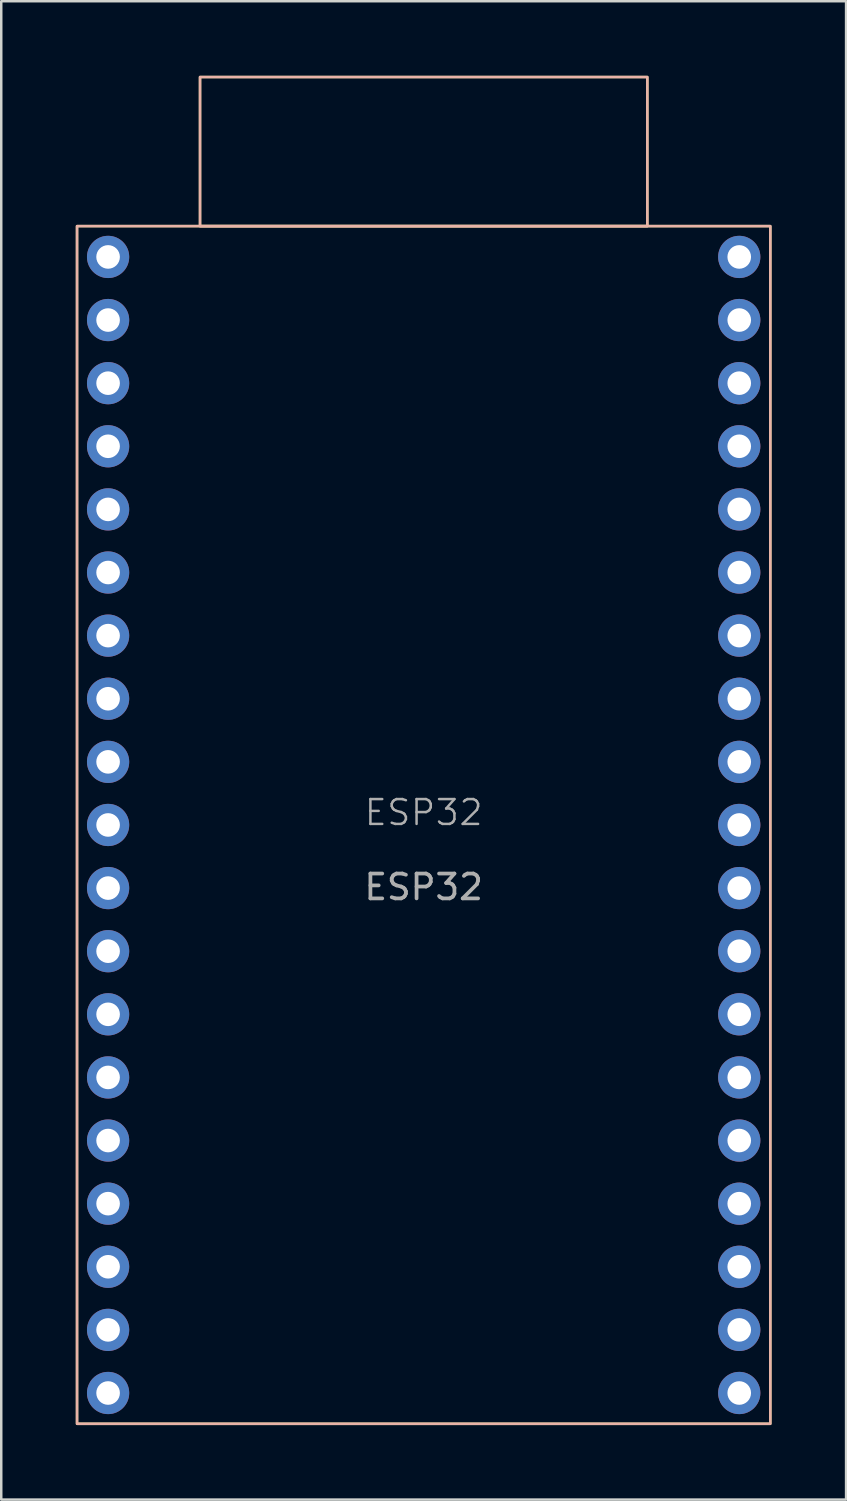
<source format=kicad_pcb>
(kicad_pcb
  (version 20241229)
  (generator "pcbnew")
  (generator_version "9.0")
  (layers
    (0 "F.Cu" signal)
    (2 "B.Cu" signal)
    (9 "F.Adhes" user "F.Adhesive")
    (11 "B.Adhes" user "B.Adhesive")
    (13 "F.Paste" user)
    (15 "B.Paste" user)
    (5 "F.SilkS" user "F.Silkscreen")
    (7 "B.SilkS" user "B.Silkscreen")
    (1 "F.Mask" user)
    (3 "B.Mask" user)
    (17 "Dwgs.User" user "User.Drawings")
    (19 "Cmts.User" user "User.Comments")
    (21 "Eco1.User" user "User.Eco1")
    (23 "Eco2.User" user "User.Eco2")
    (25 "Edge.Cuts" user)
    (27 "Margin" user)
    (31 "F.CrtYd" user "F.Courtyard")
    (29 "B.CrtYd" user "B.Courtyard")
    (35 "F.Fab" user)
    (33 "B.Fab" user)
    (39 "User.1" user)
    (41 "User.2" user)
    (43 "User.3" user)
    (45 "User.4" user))
  (footprint "ESP32"
    (layer "F.Cu")
    (at 14 30.15)
    (property "Reference" "ESP32" (at 0 -0.5 0) (unlocked yes) (layer "F.Fab") (effects (font (size 1 1) (thickness 0.1))))
    (attr through_hole)
    (fp_rect (start -13.95 -24.1) (end 13.95 24.1) (stroke (width 0.1) (type default)) (fill no) (layer "F.SilkS"))
    (fp_rect (start -9 -30.1) (end 9 -24.1) (stroke (width 0.1) (type default)) (fill no) (layer "F.SilkS"))
    (fp_rect (start -13.95 -24.1) (end 13.95 24.1) (stroke (width 0.1) (type default)) (fill no) (layer "B.SilkS"))
    (fp_rect (start -9 -30.1) (end 9 -24.1) (stroke (width 0.1) (type default)) (fill no) (layer "B.SilkS"))
    (fp_text user "${REFERENCE}" (at 0 2.5 0) (unlocked yes) (layer "F.Fab") (effects (font (size 1 1) (thickness 0.15))))
    (pad "1" thru_hole circle (at -12.7 -22.86) (size 1.7 1.7) (drill 0.95) (layers "*.Cu" "*.Mask"))
    (pad "2" thru_hole circle (at -12.7 -20.32) (size 1.7 1.7) (drill 0.95) (layers "*.Cu" "*.Mask"))
    (pad "3" thru_hole circle (at -12.7 -17.78) (size 1.7 1.7) (drill 0.95) (layers "*.Cu" "*.Mask"))
    (pad "4" thru_hole circle (at -12.7 -15.24) (size 1.7 1.7) (drill 0.95) (layers "*.Cu" "*.Mask"))
    (pad "5" thru_hole circle (at -12.7 -12.7) (size 1.7 1.7) (drill 0.95) (layers "*.Cu" "*.Mask"))
    (pad "6" thru_hole circle (at -12.7 -10.16) (size 1.7 1.7) (drill 0.95) (layers "*.Cu" "*.Mask"))
    (pad "7" thru_hole circle (at -12.7 -7.62) (size 1.7 1.7) (drill 0.95) (layers "*.Cu" "*.Mask"))
    (pad "8" thru_hole circle (at -12.7 -5.08) (size 1.7 1.7) (drill 0.95) (layers "*.Cu" "*.Mask"))
    (pad "9" thru_hole circle (at -12.7 -2.54) (size 1.7 1.7) (drill 0.95) (layers "*.Cu" "*.Mask"))
    (pad "10" thru_hole circle (at -12.7 0) (size 1.7 1.7) (drill 0.95) (layers "*.Cu" "*.Mask"))
    (pad "11" thru_hole circle (at -12.7 2.54) (size 1.7 1.7) (drill 0.95) (layers "*.Cu" "*.Mask"))
    (pad "12" thru_hole circle (at -12.7 5.08) (size 1.7 1.7) (drill 0.95) (layers "*.Cu" "*.Mask"))
    (pad "13" thru_hole circle (at -12.7 7.62) (size 1.7 1.7) (drill 0.95) (layers "*.Cu" "*.Mask"))
    (pad "14" thru_hole circle (at -12.7 10.16) (size 1.7 1.7) (drill 0.95) (layers "*.Cu" "*.Mask"))
    (pad "15" thru_hole circle (at -12.7 12.7) (size 1.7 1.7) (drill 0.95) (layers "*.Cu" "*.Mask"))
    (pad "16" thru_hole circle (at -12.7 15.24) (size 1.7 1.7) (drill 0.95) (layers "*.Cu" "*.Mask"))
    (pad "17" thru_hole circle (at -12.7 17.78) (size 1.7 1.7) (drill 0.95) (layers "*.Cu" "*.Mask"))
    (pad "18" thru_hole circle (at -12.7 20.32) (size 1.7 1.7) (drill 0.95) (layers "*.Cu" "*.Mask"))
    (pad "19" thru_hole circle (at -12.7 22.86) (size 1.7 1.7) (drill 0.95) (layers "*.Cu" "*.Mask"))
    (pad "20" thru_hole circle (at 12.7 22.86) (size 1.7 1.7) (drill 0.95) (layers "*.Cu" "*.Mask"))
    (pad "21" thru_hole circle (at 12.7 20.32) (size 1.7 1.7) (drill 0.95) (layers "*.Cu" "*.Mask"))
    (pad "22" thru_hole circle (at 12.7 17.78) (size 1.7 1.7) (drill 0.95) (layers "*.Cu" "*.Mask"))
    (pad "23" thru_hole circle (at 12.7 15.24) (size 1.7 1.7) (drill 0.95) (layers "*.Cu" "*.Mask"))
    (pad "24" thru_hole circle (at 12.7 12.7) (size 1.7 1.7) (drill 0.95) (layers "*.Cu" "*.Mask"))
    (pad "25" thru_hole circle (at 12.7 10.16) (size 1.7 1.7) (drill 0.95) (layers "*.Cu" "*.Mask"))
    (pad "26" thru_hole circle (at 12.7 7.62) (size 1.7 1.7) (drill 0.95) (layers "*.Cu" "*.Mask"))
    (pad "27" thru_hole circle (at 12.7 5.08) (size 1.7 1.7) (drill 0.95) (layers "*.Cu" "*.Mask"))
    (pad "28" thru_hole circle (at 12.7 2.54) (size 1.7 1.7) (drill 0.95) (layers "*.Cu" "*.Mask"))
    (pad "29" thru_hole circle (at 12.7 0) (size 1.7 1.7) (drill 0.95) (layers "*.Cu" "*.Mask"))
    (pad "30" thru_hole circle (at 12.7 -2.54) (size 1.7 1.7) (drill 0.95) (layers "*.Cu" "*.Mask"))
    (pad "31" thru_hole circle (at 12.7 -5.08) (size 1.7 1.7) (drill 0.95) (layers "*.Cu" "*.Mask"))
    (pad "32" thru_hole circle (at 12.7 -7.62) (size 1.7 1.7) (drill 0.95) (layers "*.Cu" "*.Mask"))
    (pad "33" thru_hole circle (at 12.7 -10.16) (size 1.7 1.7) (drill 0.95) (layers "*.Cu" "*.Mask"))
    (pad "34" thru_hole circle (at 12.7 -12.7) (size 1.7 1.7) (drill 0.95) (layers "*.Cu" "*.Mask"))
    (pad "35" thru_hole circle (at 12.7 -15.24) (size 1.7 1.7) (drill 0.95) (layers "*.Cu" "*.Mask"))
    (pad "36" thru_hole circle (at 12.7 -17.78) (size 1.7 1.7) (drill 0.95) (layers "*.Cu" "*.Mask"))
    (pad "37" thru_hole circle (at 12.7 -20.32) (size 1.7 1.7) (drill 0.95) (layers "*.Cu" "*.Mask"))
    (pad "38" thru_hole circle (at 12.7 -22.86) (size 1.7 1.7) (drill 0.95) (layers "*.Cu" "*.Mask")))
  (gr_rect
    (start -3 -3)
    (end 31 57.3)
    (stroke (width 0.1) (type default))
    (fill no)
    (layer "Edge.Cuts")))
</source>
